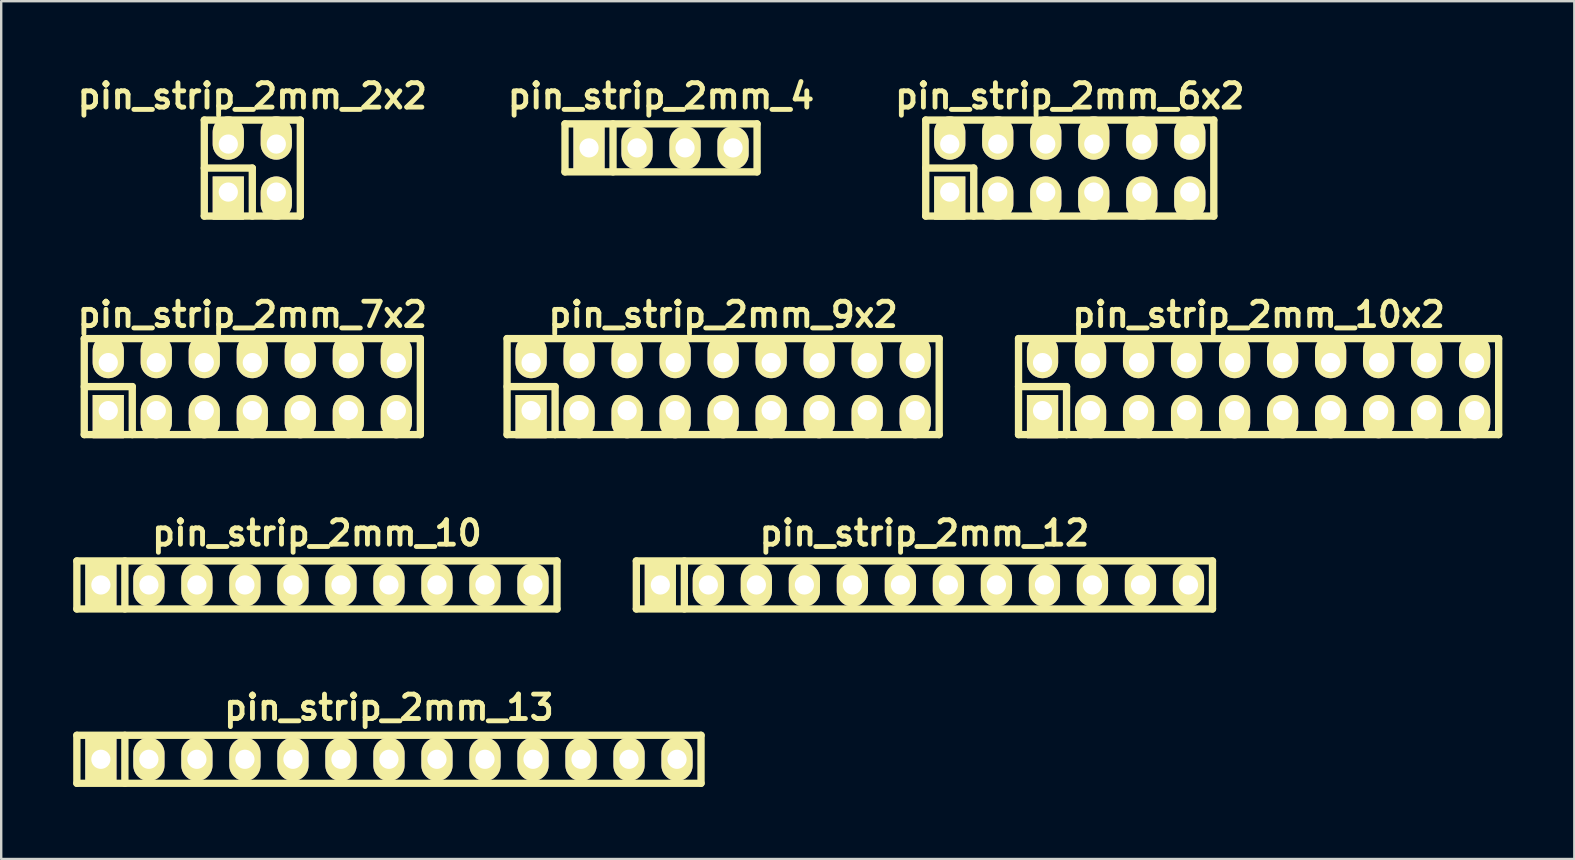
<source format=kicad_pcb>
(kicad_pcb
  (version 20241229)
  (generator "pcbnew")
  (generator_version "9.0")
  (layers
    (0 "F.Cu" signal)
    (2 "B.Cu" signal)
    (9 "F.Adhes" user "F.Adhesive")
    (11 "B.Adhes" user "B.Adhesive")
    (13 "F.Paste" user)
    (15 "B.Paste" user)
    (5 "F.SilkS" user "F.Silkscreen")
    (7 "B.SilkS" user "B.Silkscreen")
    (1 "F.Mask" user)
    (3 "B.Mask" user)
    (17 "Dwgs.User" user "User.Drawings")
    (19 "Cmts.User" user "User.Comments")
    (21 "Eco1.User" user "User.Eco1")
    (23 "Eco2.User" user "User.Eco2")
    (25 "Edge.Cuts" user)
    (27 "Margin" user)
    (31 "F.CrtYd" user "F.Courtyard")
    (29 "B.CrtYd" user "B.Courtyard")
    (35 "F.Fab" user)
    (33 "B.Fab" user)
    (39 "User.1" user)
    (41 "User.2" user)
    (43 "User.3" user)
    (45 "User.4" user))
  (footprint "pin_strip_2mm_2x2"
    (layer "F.Cu")
    (at 7.46 3.951)
    (property "Reference" "pin_strip_2mm_2x2" (at 0 -3 0) (layer "F.SilkS") (effects (font (size 1.016 1.016) (thickness 0.203))))
    (attr through_hole)
    (fp_line (start -2 -2) (end 2 -2) (stroke (width 0.305) (type solid)) (layer "F.SilkS"))
    (fp_line (start -2 0) (end 0 0) (stroke (width 0.305) (type solid)) (layer "F.SilkS"))
    (fp_line (start -2 2) (end -2 -2) (stroke (width 0.305) (type solid)) (layer "F.SilkS"))
    (fp_line (start 0 0) (end 0 2) (stroke (width 0.305) (type solid)) (layer "F.SilkS"))
    (fp_line (start 2 -2) (end 2 2) (stroke (width 0.305) (type solid)) (layer "F.SilkS"))
    (fp_line (start 2 2) (end -2 2) (stroke (width 0.305) (type solid)) (layer "F.SilkS"))
    (pad "1" thru_hole rect (at -1 1) (size 1.3 1.8) (drill 0.8 (offset 0 0.25)) (layers "*.Cu" "*.Mask" "F.SilkS"))
    (pad "2" thru_hole oval (at -1 -1) (size 1.3 1.8) (drill 0.8 (offset 0 -0.25)) (layers "*.Cu" "*.Mask" "F.SilkS"))
    (pad "3" thru_hole oval (at 1 1) (size 1.3 1.8) (drill 0.8 (offset 0 0.25)) (layers "*.Cu" "*.Mask" "F.SilkS"))
    (pad "4" thru_hole oval (at 1 -1) (size 1.3 1.8) (drill 0.8 (offset 0 -0.25)) (layers "*.Cu" "*.Mask" "F.SilkS")))
  (footprint "pin_strip_2mm_10"
    (layer "F.Cu")
    (at 10.152 21.317)
    (property "Reference" "pin_strip_2mm_10" (at 0 -2.159 0) (layer "F.SilkS") (effects (font (size 1.016 1.016) (thickness 0.203))))
    (attr through_hole)
    (fp_line (start -10 -1) (end 10 -1) (stroke (width 0.305) (type solid)) (layer "F.SilkS"))
    (fp_line (start -10 1) (end -10 -1) (stroke (width 0.305) (type solid)) (layer "F.SilkS"))
    (fp_line (start -8 -1) (end -8 1) (stroke (width 0.305) (type solid)) (layer "F.SilkS"))
    (fp_line (start 10 -1) (end 10 1) (stroke (width 0.305) (type solid)) (layer "F.SilkS"))
    (fp_line (start 10 1) (end -10 1) (stroke (width 0.305) (type solid)) (layer "F.SilkS"))
    (pad "1" thru_hole rect (at -9 0) (size 1.3 1.8) (drill 0.8) (layers "*.Cu" "*.Mask" "F.SilkS"))
    (pad "2" thru_hole oval (at -7 0) (size 1.3 1.8) (drill 0.8) (layers "*.Cu" "*.Mask" "F.SilkS"))
    (pad "3" thru_hole oval (at -5 0) (size 1.3 1.8) (drill 0.8) (layers "*.Cu" "*.Mask" "F.SilkS"))
    (pad "4" thru_hole oval (at -3 0) (size 1.3 1.8) (drill 0.8) (layers "*.Cu" "*.Mask" "F.SilkS"))
    (pad "5" thru_hole oval (at -1 0) (size 1.3 1.8) (drill 0.8) (layers "*.Cu" "*.Mask" "F.SilkS"))
    (pad "6" thru_hole oval (at 1 0) (size 1.3 1.8) (drill 0.8) (layers "*.Cu" "*.Mask" "F.SilkS"))
    (pad "7" thru_hole oval (at 3 0) (size 1.3 1.8) (drill 0.8) (layers "*.Cu" "*.Mask" "F.SilkS"))
    (pad "8" thru_hole oval (at 5 0) (size 1.3 1.8) (drill 0.8) (layers "*.Cu" "*.Mask" "F.SilkS"))
    (pad "9" thru_hole oval (at 7 0) (size 1.3 1.8) (drill 0.8) (layers "*.Cu" "*.Mask" "F.SilkS"))
    (pad "10" thru_hole oval (at 9 0) (size 1.3 1.8) (drill 0.8) (layers "*.Cu" "*.Mask" "F.SilkS")))
  (footprint "pin_strip_2mm_12"
    (layer "F.Cu")
    (at 35.457 21.317)
    (property "Reference" "pin_strip_2mm_12" (at 0 -2.159 0) (layer "F.SilkS") (effects (font (size 1.016 1.016) (thickness 0.203))))
    (attr through_hole)
    (fp_line (start -12 -1) (end 12 -1) (stroke (width 0.305) (type solid)) (layer "F.SilkS"))
    (fp_line (start -12 1) (end -12 -1) (stroke (width 0.305) (type solid)) (layer "F.SilkS"))
    (fp_line (start -10 -1) (end -10 1) (stroke (width 0.305) (type solid)) (layer "F.SilkS"))
    (fp_line (start 12 -1) (end 12 1) (stroke (width 0.305) (type solid)) (layer "F.SilkS"))
    (fp_line (start 12 1) (end -12 1) (stroke (width 0.305) (type solid)) (layer "F.SilkS"))
    (pad "1" thru_hole rect (at -11 0) (size 1.3 1.8) (drill 0.8) (layers "*.Cu" "*.Mask" "F.SilkS"))
    (pad "2" thru_hole oval (at -9 0) (size 1.3 1.8) (drill 0.8) (layers "*.Cu" "*.Mask" "F.SilkS"))
    (pad "3" thru_hole oval (at -7 0) (size 1.3 1.8) (drill 0.8) (layers "*.Cu" "*.Mask" "F.SilkS"))
    (pad "4" thru_hole oval (at -5 0) (size 1.3 1.8) (drill 0.8) (layers "*.Cu" "*.Mask" "F.SilkS"))
    (pad "5" thru_hole oval (at -3 0) (size 1.3 1.8) (drill 0.8) (layers "*.Cu" "*.Mask" "F.SilkS"))
    (pad "6" thru_hole oval (at -1 0) (size 1.3 1.8) (drill 0.8) (layers "*.Cu" "*.Mask" "F.SilkS"))
    (pad "7" thru_hole oval (at 1 0) (size 1.3 1.8) (drill 0.8) (layers "*.Cu" "*.Mask" "F.SilkS"))
    (pad "8" thru_hole oval (at 3 0) (size 1.3 1.8) (drill 0.8) (layers "*.Cu" "*.Mask" "F.SilkS"))
    (pad "9" thru_hole oval (at 5 0) (size 1.3 1.8) (drill 0.8) (layers "*.Cu" "*.Mask" "F.SilkS"))
    (pad "10" thru_hole oval (at 7 0) (size 1.3 1.8) (drill 0.8) (layers "*.Cu" "*.Mask" "F.SilkS"))
    (pad "11" thru_hole oval (at 9 0) (size 1.3 1.8) (drill 0.8) (layers "*.Cu" "*.Mask" "F.SilkS"))
    (pad "12" thru_hole oval (at 11 0) (size 1.3 1.8) (drill 0.8) (layers "*.Cu" "*.Mask" "F.SilkS")))
  (footprint "pin_strip_2mm_4"
    (layer "F.Cu")
    (at 24.486 3.11)
    (property "Reference" "pin_strip_2mm_4" (at 0 -2.159 0) (layer "F.SilkS") (effects (font (size 1.016 1.016) (thickness 0.203))))
    (attr through_hole)
    (fp_line (start -4 -1) (end 4 -1) (stroke (width 0.305) (type solid)) (layer "F.SilkS"))
    (fp_line (start -4 1) (end -4 -1) (stroke (width 0.305) (type solid)) (layer "F.SilkS"))
    (fp_line (start -2 -1) (end -2 1) (stroke (width 0.305) (type solid)) (layer "F.SilkS"))
    (fp_line (start 4 -1) (end 4 1) (stroke (width 0.305) (type solid)) (layer "F.SilkS"))
    (fp_line (start 4 1) (end -4 1) (stroke (width 0.305) (type solid)) (layer "F.SilkS"))
    (pad "1" thru_hole rect (at -3 0) (size 1.3 1.8) (drill 0.8) (layers "*.Cu" "*.Mask" "F.SilkS"))
    (pad "2" thru_hole oval (at -1 0) (size 1.3 1.8) (drill 0.8) (layers "*.Cu" "*.Mask" "F.SilkS"))
    (pad "3" thru_hole oval (at 1 0) (size 1.3 1.8) (drill 0.8) (layers "*.Cu" "*.Mask" "F.SilkS"))
    (pad "4" thru_hole oval (at 3 0) (size 1.3 1.8) (drill 0.8) (layers "*.Cu" "*.Mask" "F.SilkS")))
  (footprint "pin_strip_2mm_10x2"
    (layer "F.Cu")
    (at 49.378 13.054)
    (property "Reference" "pin_strip_2mm_10x2" (at 0 -3 0) (layer "F.SilkS") (effects (font (size 1.016 1.016) (thickness 0.203))))
    (attr through_hole)
    (fp_line (start -10 -2) (end 10 -2) (stroke (width 0.305) (type solid)) (layer "F.SilkS"))
    (fp_line (start -10 0) (end -8 0) (stroke (width 0.305) (type solid)) (layer "F.SilkS"))
    (fp_line (start -10 2) (end -10 -2) (stroke (width 0.305) (type solid)) (layer "F.SilkS"))
    (fp_line (start -8 0) (end -8 2) (stroke (width 0.305) (type solid)) (layer "F.SilkS"))
    (fp_line (start 10 -2) (end 10 2) (stroke (width 0.305) (type solid)) (layer "F.SilkS"))
    (fp_line (start 10 2) (end -10 2) (stroke (width 0.305) (type solid)) (layer "F.SilkS"))
    (pad "1" thru_hole rect (at -9 1) (size 1.3 1.8) (drill 0.8 (offset 0 0.25)) (layers "*.Cu" "*.Mask" "F.SilkS"))
    (pad "2" thru_hole oval (at -9 -1) (size 1.3 1.8) (drill 0.8 (offset 0 -0.25)) (layers "*.Cu" "*.Mask" "F.SilkS"))
    (pad "3" thru_hole oval (at -7 1) (size 1.3 1.8) (drill 0.8 (offset 0 0.25)) (layers "*.Cu" "*.Mask" "F.SilkS"))
    (pad "4" thru_hole oval (at -7 -1) (size 1.3 1.8) (drill 0.8 (offset 0 -0.25)) (layers "*.Cu" "*.Mask" "F.SilkS"))
    (pad "5" thru_hole oval (at -5 1) (size 1.3 1.8) (drill 0.8 (offset 0 0.25)) (layers "*.Cu" "*.Mask" "F.SilkS"))
    (pad "6" thru_hole oval (at -5 -1) (size 1.3 1.8) (drill 0.8 (offset 0 -0.25)) (layers "*.Cu" "*.Mask" "F.SilkS"))
    (pad "7" thru_hole oval (at -3 1) (size 1.3 1.8) (drill 0.8 (offset 0 0.25)) (layers "*.Cu" "*.Mask" "F.SilkS"))
    (pad "8" thru_hole oval (at -3 -1) (size 1.3 1.8) (drill 0.8 (offset 0 -0.25)) (layers "*.Cu" "*.Mask" "F.SilkS"))
    (pad "9" thru_hole oval (at -1 1) (size 1.3 1.8) (drill 0.8 (offset 0 0.25)) (layers "*.Cu" "*.Mask" "F.SilkS"))
    (pad "10" thru_hole oval (at -1 -1) (size 1.3 1.8) (drill 0.8 (offset 0 -0.25)) (layers "*.Cu" "*.Mask" "F.SilkS"))
    (pad "11" thru_hole oval (at 1 1) (size 1.3 1.8) (drill 0.8 (offset 0 0.25)) (layers "*.Cu" "*.Mask" "F.SilkS"))
    (pad "12" thru_hole oval (at 1 -1) (size 1.3 1.8) (drill 0.8 (offset 0 -0.25)) (layers "*.Cu" "*.Mask" "F.SilkS"))
    (pad "13" thru_hole oval (at 3 1) (size 1.3 1.8) (drill 0.8 (offset 0 0.25)) (layers "*.Cu" "*.Mask" "F.SilkS"))
    (pad "14" thru_hole oval (at 3 -1) (size 1.3 1.8) (drill 0.8 (offset 0 -0.25)) (layers "*.Cu" "*.Mask" "F.SilkS"))
    (pad "15" thru_hole oval (at 5 1) (size 1.3 1.8) (drill 0.8 (offset 0 0.25)) (layers "*.Cu" "*.Mask" "F.SilkS"))
    (pad "16" thru_hole oval (at 5 -1) (size 1.3 1.8) (drill 0.8 (offset 0 -0.25)) (layers "*.Cu" "*.Mask" "F.SilkS"))
    (pad "17" thru_hole oval (at 7 1) (size 1.3 1.8) (drill 0.8 (offset 0 0.25)) (layers "*.Cu" "*.Mask" "F.SilkS"))
    (pad "18" thru_hole oval (at 7 -1) (size 1.3 1.8) (drill 0.8 (offset 0 -0.25)) (layers "*.Cu" "*.Mask" "F.SilkS"))
    (pad "19" thru_hole oval (at 9 1) (size 1.3 1.8) (drill 0.8 (offset 0 0.25)) (layers "*.Cu" "*.Mask" "F.SilkS"))
    (pad "20" thru_hole oval (at 9 -1) (size 1.3 1.8) (drill 0.8 (offset 0 -0.25)) (layers "*.Cu" "*.Mask" "F.SilkS")))
  (footprint "pin_strip_2mm_7x2"
    (layer "F.Cu")
    (at 7.46 13.054)
    (property "Reference" "pin_strip_2mm_7x2" (at 0 -3 0) (layer "F.SilkS") (effects (font (size 1.016 1.016) (thickness 0.203))))
    (attr through_hole)
    (fp_line (start -7 -2) (end 7 -2) (stroke (width 0.305) (type solid)) (layer "F.SilkS"))
    (fp_line (start -7 0) (end -5 0) (stroke (width 0.305) (type solid)) (layer "F.SilkS"))
    (fp_line (start -7 2) (end -7 -2) (stroke (width 0.305) (type solid)) (layer "F.SilkS"))
    (fp_line (start -5 0) (end -5 2) (stroke (width 0.305) (type solid)) (layer "F.SilkS"))
    (fp_line (start 7 -2) (end 7 2) (stroke (width 0.305) (type solid)) (layer "F.SilkS"))
    (fp_line (start 7 2) (end -7 2) (stroke (width 0.305) (type solid)) (layer "F.SilkS"))
    (pad "1" thru_hole rect (at -6 1) (size 1.3 1.8) (drill 0.8 (offset 0 0.25)) (layers "*.Cu" "*.Mask" "F.SilkS"))
    (pad "2" thru_hole oval (at -6 -1) (size 1.3 1.8) (drill 0.8 (offset 0 -0.25)) (layers "*.Cu" "*.Mask" "F.SilkS"))
    (pad "3" thru_hole oval (at -4 1) (size 1.3 1.8) (drill 0.8 (offset 0 0.25)) (layers "*.Cu" "*.Mask" "F.SilkS"))
    (pad "4" thru_hole oval (at -4 -1) (size 1.3 1.8) (drill 0.8 (offset 0 -0.25)) (layers "*.Cu" "*.Mask" "F.SilkS"))
    (pad "5" thru_hole oval (at -2 1) (size 1.3 1.8) (drill 0.8 (offset 0 0.25)) (layers "*.Cu" "*.Mask" "F.SilkS"))
    (pad "6" thru_hole oval (at -2 -1) (size 1.3 1.8) (drill 0.8 (offset 0 -0.25)) (layers "*.Cu" "*.Mask" "F.SilkS"))
    (pad "7" thru_hole oval (at 0 1) (size 1.3 1.8) (drill 0.8 (offset 0 0.25)) (layers "*.Cu" "*.Mask" "F.SilkS"))
    (pad "8" thru_hole oval (at 0 -1) (size 1.3 1.8) (drill 0.8 (offset 0 -0.25)) (layers "*.Cu" "*.Mask" "F.SilkS"))
    (pad "9" thru_hole oval (at 2 1) (size 1.3 1.8) (drill 0.8 (offset 0 0.25)) (layers "*.Cu" "*.Mask" "F.SilkS"))
    (pad "10" thru_hole oval (at 2 -1) (size 1.3 1.8) (drill 0.8 (offset 0 -0.25)) (layers "*.Cu" "*.Mask" "F.SilkS"))
    (pad "11" thru_hole oval (at 4 1) (size 1.3 1.8) (drill 0.8 (offset 0 0.25)) (layers "*.Cu" "*.Mask" "F.SilkS"))
    (pad "12" thru_hole oval (at 4 -1) (size 1.3 1.8) (drill 0.8 (offset 0 -0.25)) (layers "*.Cu" "*.Mask" "F.SilkS"))
    (pad "13" thru_hole oval (at 6 1) (size 1.3 1.8) (drill 0.8 (offset 0 0.25)) (layers "*.Cu" "*.Mask" "F.SilkS"))
    (pad "14" thru_hole oval (at 6 -1) (size 1.3 1.8) (drill 0.8 (offset 0 -0.25)) (layers "*.Cu" "*.Mask" "F.SilkS")))
  (footprint "pin_strip_2mm_13"
    (layer "F.Cu")
    (at 13.152 28.579)
    (property "Reference" "pin_strip_2mm_13" (at 0 -2.159 0) (layer "F.SilkS") (effects (font (size 1.016 1.016) (thickness 0.203))))
    (attr through_hole)
    (fp_line (start -13 -1) (end 13 -1) (stroke (width 0.305) (type solid)) (layer "F.SilkS"))
    (fp_line (start -13 1) (end -13 -1) (stroke (width 0.305) (type solid)) (layer "F.SilkS"))
    (fp_line (start -11 -1) (end -11 1) (stroke (width 0.305) (type solid)) (layer "F.SilkS"))
    (fp_line (start 13 -1) (end 13 1) (stroke (width 0.305) (type solid)) (layer "F.SilkS"))
    (fp_line (start 13 1) (end -13 1) (stroke (width 0.305) (type solid)) (layer "F.SilkS"))
    (pad "1" thru_hole rect (at -12 0) (size 1.3 1.8) (drill 0.8) (layers "*.Cu" "*.Mask" "F.SilkS"))
    (pad "2" thru_hole oval (at -10 0) (size 1.3 1.8) (drill 0.8) (layers "*.Cu" "*.Mask" "F.SilkS"))
    (pad "3" thru_hole oval (at -8 0) (size 1.3 1.8) (drill 0.8) (layers "*.Cu" "*.Mask" "F.SilkS"))
    (pad "4" thru_hole oval (at -6 0) (size 1.3 1.8) (drill 0.8) (layers "*.Cu" "*.Mask" "F.SilkS"))
    (pad "5" thru_hole oval (at -4 0) (size 1.3 1.8) (drill 0.8) (layers "*.Cu" "*.Mask" "F.SilkS"))
    (pad "6" thru_hole oval (at -2 0) (size 1.3 1.8) (drill 0.8) (layers "*.Cu" "*.Mask" "F.SilkS"))
    (pad "7" thru_hole oval (at 0 0) (size 1.3 1.8) (drill 0.8) (layers "*.Cu" "*.Mask" "F.SilkS"))
    (pad "8" thru_hole oval (at 2 0) (size 1.3 1.8) (drill 0.8) (layers "*.Cu" "*.Mask" "F.SilkS"))
    (pad "9" thru_hole oval (at 4 0) (size 1.3 1.8) (drill 0.8) (layers "*.Cu" "*.Mask" "F.SilkS"))
    (pad "10" thru_hole oval (at 6 0) (size 1.3 1.8) (drill 0.8) (layers "*.Cu" "*.Mask" "F.SilkS"))
    (pad "11" thru_hole oval (at 8 0) (size 1.3 1.8) (drill 0.8) (layers "*.Cu" "*.Mask" "F.SilkS"))
    (pad "12" thru_hole oval (at 10 0) (size 1.3 1.8) (drill 0.8) (layers "*.Cu" "*.Mask" "F.SilkS"))
    (pad "13" thru_hole oval (at 12 0) (size 1.3 1.8) (drill 0.8) (layers "*.Cu" "*.Mask" "F.SilkS")))
  (footprint "pin_strip_2mm_9x2"
    (layer "F.Cu")
    (at 27.073 13.054)
    (property "Reference" "pin_strip_2mm_9x2" (at 0 -3 0) (layer "F.SilkS") (effects (font (size 1.016 1.016) (thickness 0.203))))
    (attr through_hole)
    (fp_line (start -9 -2) (end 9 -2) (stroke (width 0.305) (type solid)) (layer "F.SilkS"))
    (fp_line (start -9 0) (end -7 0) (stroke (width 0.305) (type solid)) (layer "F.SilkS"))
    (fp_line (start -9 2) (end -9 -2) (stroke (width 0.305) (type solid)) (layer "F.SilkS"))
    (fp_line (start -7 0) (end -7 2) (stroke (width 0.305) (type solid)) (layer "F.SilkS"))
    (fp_line (start 9 -2) (end 9 2) (stroke (width 0.305) (type solid)) (layer "F.SilkS"))
    (fp_line (start 9 2) (end -9 2) (stroke (width 0.305) (type solid)) (layer "F.SilkS"))
    (pad "1" thru_hole rect (at -8 1) (size 1.3 1.8) (drill 0.8 (offset 0 0.25)) (layers "*.Cu" "*.Mask" "F.SilkS"))
    (pad "2" thru_hole oval (at -8 -1) (size 1.3 1.8) (drill 0.8 (offset 0 -0.25)) (layers "*.Cu" "*.Mask" "F.SilkS"))
    (pad "3" thru_hole oval (at -6 1) (size 1.3 1.8) (drill 0.8 (offset 0 0.25)) (layers "*.Cu" "*.Mask" "F.SilkS"))
    (pad "4" thru_hole oval (at -6 -1) (size 1.3 1.8) (drill 0.8 (offset 0 -0.25)) (layers "*.Cu" "*.Mask" "F.SilkS"))
    (pad "5" thru_hole oval (at -4 1) (size 1.3 1.8) (drill 0.8 (offset 0 0.25)) (layers "*.Cu" "*.Mask" "F.SilkS"))
    (pad "6" thru_hole oval (at -4 -1) (size 1.3 1.8) (drill 0.8 (offset 0 -0.25)) (layers "*.Cu" "*.Mask" "F.SilkS"))
    (pad "7" thru_hole oval (at -2 1) (size 1.3 1.8) (drill 0.8 (offset 0 0.25)) (layers "*.Cu" "*.Mask" "F.SilkS"))
    (pad "8" thru_hole oval (at -2 -1) (size 1.3 1.8) (drill 0.8 (offset 0 -0.25)) (layers "*.Cu" "*.Mask" "F.SilkS"))
    (pad "9" thru_hole oval (at 0 1) (size 1.3 1.8) (drill 0.8 (offset 0 0.25)) (layers "*.Cu" "*.Mask" "F.SilkS"))
    (pad "10" thru_hole oval (at 0 -1) (size 1.3 1.8) (drill 0.8 (offset 0 -0.25)) (layers "*.Cu" "*.Mask" "F.SilkS"))
    (pad "11" thru_hole oval (at 2 1) (size 1.3 1.8) (drill 0.8 (offset 0 0.25)) (layers "*.Cu" "*.Mask" "F.SilkS"))
    (pad "12" thru_hole oval (at 2 -1) (size 1.3 1.8) (drill 0.8 (offset 0 -0.25)) (layers "*.Cu" "*.Mask" "F.SilkS"))
    (pad "13" thru_hole oval (at 4 1) (size 1.3 1.8) (drill 0.8 (offset 0 0.25)) (layers "*.Cu" "*.Mask" "F.SilkS"))
    (pad "14" thru_hole oval (at 4 -1) (size 1.3 1.8) (drill 0.8 (offset 0 -0.25)) (layers "*.Cu" "*.Mask" "F.SilkS"))
    (pad "15" thru_hole oval (at 6 1) (size 1.3 1.8) (drill 0.8 (offset 0 0.25)) (layers "*.Cu" "*.Mask" "F.SilkS"))
    (pad "16" thru_hole oval (at 6 -1) (size 1.3 1.8) (drill 0.8 (offset 0 -0.25)) (layers "*.Cu" "*.Mask" "F.SilkS"))
    (pad "17" thru_hole oval (at 8 1) (size 1.3 1.8) (drill 0.8 (offset 0 0.25)) (layers "*.Cu" "*.Mask" "F.SilkS"))
    (pad "18" thru_hole oval (at 8 -1) (size 1.3 1.8) (drill 0.8 (offset 0 -0.25)) (layers "*.Cu" "*.Mask" "F.SilkS")))
  (footprint "pin_strip_2mm_6x2"
    (layer "F.Cu")
    (at 41.512 3.951)
    (property "Reference" "pin_strip_2mm_6x2" (at 0 -3 0) (layer "F.SilkS") (effects (font (size 1.016 1.016) (thickness 0.203))))
    (attr through_hole)
    (fp_line (start -6 -2) (end 6 -2) (stroke (width 0.305) (type solid)) (layer "F.SilkS"))
    (fp_line (start -6 0) (end -4 0) (stroke (width 0.305) (type solid)) (layer "F.SilkS"))
    (fp_line (start -6 2) (end -6 -2) (stroke (width 0.305) (type solid)) (layer "F.SilkS"))
    (fp_line (start -4 0) (end -4 2) (stroke (width 0.305) (type solid)) (layer "F.SilkS"))
    (fp_line (start 6 -2) (end 6 2) (stroke (width 0.305) (type solid)) (layer "F.SilkS"))
    (fp_line (start 6 2) (end -6 2) (stroke (width 0.305) (type solid)) (layer "F.SilkS"))
    (pad "1" thru_hole rect (at -5 1) (size 1.3 1.8) (drill 0.8 (offset 0 0.25)) (layers "*.Cu" "*.Mask" "F.SilkS"))
    (pad "2" thru_hole oval (at -5 -1) (size 1.3 1.8) (drill 0.8 (offset 0 -0.25)) (layers "*.Cu" "*.Mask" "F.SilkS"))
    (pad "3" thru_hole oval (at -3 1) (size 1.3 1.8) (drill 0.8 (offset 0 0.25)) (layers "*.Cu" "*.Mask" "F.SilkS"))
    (pad "4" thru_hole oval (at -3 -1) (size 1.3 1.8) (drill 0.8 (offset 0 -0.25)) (layers "*.Cu" "*.Mask" "F.SilkS"))
    (pad "5" thru_hole oval (at -1 1) (size 1.3 1.8) (drill 0.8 (offset 0 0.25)) (layers "*.Cu" "*.Mask" "F.SilkS"))
    (pad "6" thru_hole oval (at -1 -1) (size 1.3 1.8) (drill 0.8 (offset 0 -0.25)) (layers "*.Cu" "*.Mask" "F.SilkS"))
    (pad "7" thru_hole oval (at 1 1) (size 1.3 1.8) (drill 0.8 (offset 0 0.25)) (layers "*.Cu" "*.Mask" "F.SilkS"))
    (pad "8" thru_hole oval (at 1 -1) (size 1.3 1.8) (drill 0.8 (offset 0 -0.25)) (layers "*.Cu" "*.Mask" "F.SilkS"))
    (pad "9" thru_hole oval (at 3 1) (size 1.3 1.8) (drill 0.8 (offset 0 0.25)) (layers "*.Cu" "*.Mask" "F.SilkS"))
    (pad "10" thru_hole oval (at 3 -1) (size 1.3 1.8) (drill 0.8 (offset 0 -0.25)) (layers "*.Cu" "*.Mask" "F.SilkS"))
    (pad "11" thru_hole oval (at 5 1) (size 1.3 1.8) (drill 0.8 (offset 0 0.25)) (layers "*.Cu" "*.Mask" "F.SilkS"))
    (pad "12" thru_hole oval (at 5 -1) (size 1.3 1.8) (drill 0.8 (offset 0 -0.25)) (layers "*.Cu" "*.Mask" "F.SilkS")))
  (gr_rect
    (start -3 -3)
    (end 62.53 32.732)
    (stroke (width 0.1) (type default))
    (fill no)
    (layer "Edge.Cuts")))
</source>
